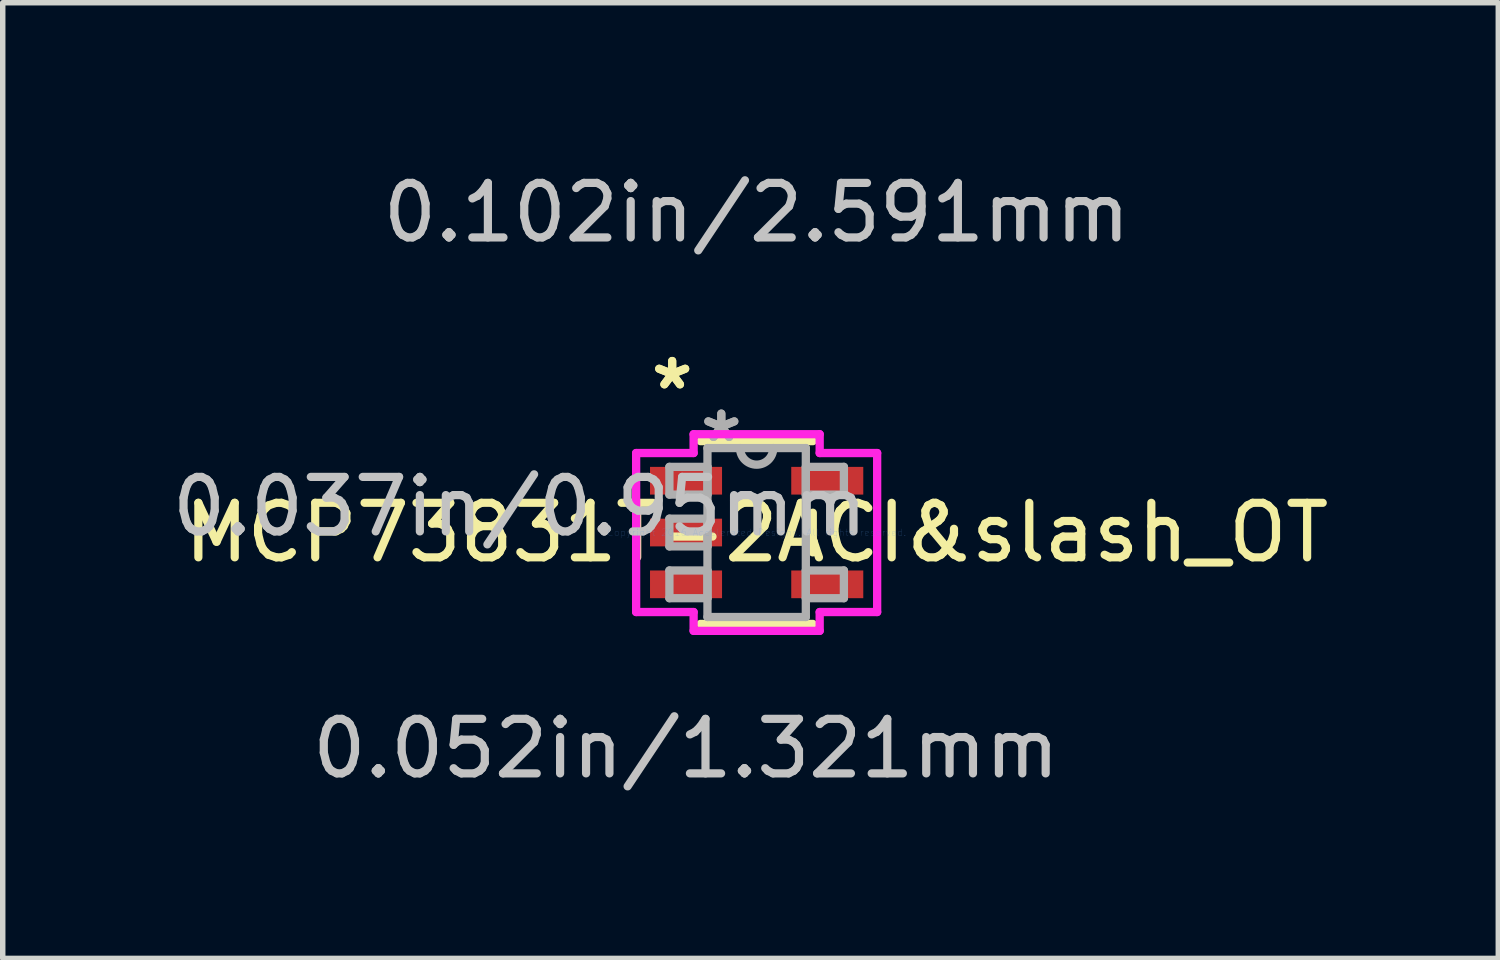
<source format=kicad_pcb>
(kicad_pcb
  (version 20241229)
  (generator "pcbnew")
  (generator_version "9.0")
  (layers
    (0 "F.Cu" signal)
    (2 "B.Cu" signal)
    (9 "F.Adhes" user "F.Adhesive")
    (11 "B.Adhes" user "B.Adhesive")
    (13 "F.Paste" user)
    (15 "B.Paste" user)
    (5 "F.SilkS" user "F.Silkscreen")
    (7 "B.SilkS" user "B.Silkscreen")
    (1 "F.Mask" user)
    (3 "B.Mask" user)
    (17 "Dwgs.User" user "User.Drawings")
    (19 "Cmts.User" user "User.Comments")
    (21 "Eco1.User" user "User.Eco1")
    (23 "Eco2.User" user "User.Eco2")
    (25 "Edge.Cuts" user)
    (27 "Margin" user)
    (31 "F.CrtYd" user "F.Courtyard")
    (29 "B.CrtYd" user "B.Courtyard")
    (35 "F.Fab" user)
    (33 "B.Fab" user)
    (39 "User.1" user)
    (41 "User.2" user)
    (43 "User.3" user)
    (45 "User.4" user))
  (footprint "MCP73831T-2ACI&slash_OT"
    (layer "F.Cu")
    (at 10.826 6.716)
    (property "Reference" "MCP73831T-2ACI&slash_OT" (at 0 0 0) (layer "F.SilkS") (effects (font (size 1 1) (thickness 0.15))))
    (attr through_hole)
    (fp_line (start -1.029 1.676) (end 1.029 1.676) (stroke (width 0.152) (type solid)) (layer "F.SilkS"))
    (fp_line (start 1.029 -1.676) (end -1.029 -1.676) (stroke (width 0.152) (type solid)) (layer "F.SilkS"))
    (fp_line (start 1.029 0.363) (end 1.029 -0.363) (stroke (width 0.152) (type solid)) (layer "F.SilkS"))
    (fp_line (start -2.21 -1.458) (end -1.156 -1.458) (stroke (width 0.152) (type solid)) (layer "F.CrtYd"))
    (fp_line (start -2.21 1.458) (end -2.21 -1.458) (stroke (width 0.152) (type solid)) (layer "F.CrtYd"))
    (fp_line (start -1.156 -1.803) (end 1.156 -1.803) (stroke (width 0.152) (type solid)) (layer "F.CrtYd"))
    (fp_line (start -1.156 -1.458) (end -1.156 -1.803) (stroke (width 0.152) (type solid)) (layer "F.CrtYd"))
    (fp_line (start -1.156 1.458) (end -2.21 1.458) (stroke (width 0.152) (type solid)) (layer "F.CrtYd"))
    (fp_line (start -1.156 1.803) (end -1.156 1.458) (stroke (width 0.152) (type solid)) (layer "F.CrtYd"))
    (fp_line (start 1.156 -1.803) (end 1.156 -1.458) (stroke (width 0.152) (type solid)) (layer "F.CrtYd"))
    (fp_line (start 1.156 -1.458) (end 2.21 -1.458) (stroke (width 0.152) (type solid)) (layer "F.CrtYd"))
    (fp_line (start 1.156 1.458) (end 1.156 1.803) (stroke (width 0.152) (type solid)) (layer "F.CrtYd"))
    (fp_line (start 1.156 1.803) (end -1.156 1.803) (stroke (width 0.152) (type solid)) (layer "F.CrtYd"))
    (fp_line (start 2.21 -1.458) (end 2.21 1.458) (stroke (width 0.152) (type solid)) (layer "F.CrtYd"))
    (fp_line (start 2.21 1.458) (end 1.156 1.458) (stroke (width 0.152) (type solid)) (layer "F.CrtYd"))
    (fp_line (start -1.6 -1.204) (end -1.6 -0.696) (stroke (width 0.152) (type solid)) (layer "F.Fab"))
    (fp_line (start -1.6 -0.696) (end -0.902 -0.696) (stroke (width 0.152) (type solid)) (layer "F.Fab"))
    (fp_line (start -1.6 -0.254) (end -1.6 0.254) (stroke (width 0.152) (type solid)) (layer "F.Fab"))
    (fp_line (start -1.6 0.254) (end -0.902 0.254) (stroke (width 0.152) (type solid)) (layer "F.Fab"))
    (fp_line (start -1.6 0.696) (end -1.6 1.204) (stroke (width 0.152) (type solid)) (layer "F.Fab"))
    (fp_line (start -1.6 1.204) (end -0.902 1.204) (stroke (width 0.152) (type solid)) (layer "F.Fab"))
    (fp_line (start -0.902 -1.549) (end -0.902 1.549) (stroke (width 0.152) (type solid)) (layer "F.Fab"))
    (fp_line (start -0.902 -1.204) (end -1.6 -1.204) (stroke (width 0.152) (type solid)) (layer "F.Fab"))
    (fp_line (start -0.902 -0.696) (end -0.902 -1.204) (stroke (width 0.152) (type solid)) (layer "F.Fab"))
    (fp_line (start -0.902 -0.254) (end -1.6 -0.254) (stroke (width 0.152) (type solid)) (layer "F.Fab"))
    (fp_line (start -0.902 0.254) (end -0.902 -0.254) (stroke (width 0.152) (type solid)) (layer "F.Fab"))
    (fp_line (start -0.902 0.696) (end -1.6 0.696) (stroke (width 0.152) (type solid)) (layer "F.Fab"))
    (fp_line (start -0.902 1.204) (end -0.902 0.696) (stroke (width 0.152) (type solid)) (layer "F.Fab"))
    (fp_line (start -0.902 1.549) (end 0.902 1.549) (stroke (width 0.152) (type solid)) (layer "F.Fab"))
    (fp_line (start 0.902 -1.549) (end -0.902 -1.549) (stroke (width 0.152) (type solid)) (layer "F.Fab"))
    (fp_line (start 0.902 -1.204) (end 0.902 -0.696) (stroke (width 0.152) (type solid)) (layer "F.Fab"))
    (fp_line (start 0.902 -0.696) (end 1.6 -0.696) (stroke (width 0.152) (type solid)) (layer "F.Fab"))
    (fp_line (start 0.902 0.696) (end 0.902 1.204) (stroke (width 0.152) (type solid)) (layer "F.Fab"))
    (fp_line (start 0.902 1.204) (end 1.6 1.204) (stroke (width 0.152) (type solid)) (layer "F.Fab"))
    (fp_line (start 0.902 1.549) (end 0.902 -1.549) (stroke (width 0.152) (type solid)) (layer "F.Fab"))
    (fp_line (start 1.6 -1.204) (end 0.902 -1.204) (stroke (width 0.152) (type solid)) (layer "F.Fab"))
    (fp_line (start 1.6 -0.696) (end 1.6 -1.204) (stroke (width 0.152) (type solid)) (layer "F.Fab"))
    (fp_line (start 1.6 0.696) (end 0.902 0.696) (stroke (width 0.152) (type solid)) (layer "F.Fab"))
    (fp_line (start 1.6 1.204) (end 1.6 0.696) (stroke (width 0.152) (type solid)) (layer "F.Fab"))
    (fp_arc (start 0.3048 -1.5494) (mid 0 -1.2446) (end -0.3048 -1.5494) (stroke (width 0.1524) (type solid)) (layer "F.Fab"))
    (fp_text user "*" (at -1.549 -2.601 0) (layer "F.SilkS") (effects (font (size 1 1) (thickness 0.15))))
    (fp_text user "*" (at -1.549 -2.601 0) (layer "F.SilkS") (effects (font (size 1 1) (thickness 0.15))))
    (fp_text user "0.102in/2.591mm" (at 0 -5.867 0) (layer "Dwgs.User") (effects (font (size 1 1) (thickness 0.15))))
    (fp_text user "0.052in/1.321mm" (at -1.295 3.962 0) (layer "Dwgs.User") (effects (font (size 1 1) (thickness 0.15))))
    (fp_text user "0.037in/0.95mm" (at -4.343 -0.475 0) (layer "Dwgs.User") (effects (font (size 1 1) (thickness 0.15))))
    (fp_text user "Copyright 2016 Accelerated Designs. All rights reserved." (at 0 0 0) (layer "Cmts.User") (effects (font (size 0.127 0.127) (thickness 0.002))))
    (fp_text user "*" (at -0.648 -1.636 0) (layer "F.Fab") (effects (font (size 1 1) (thickness 0.15))))
    (fp_text user "*" (at -0.648 -1.636 0) (layer "F.Fab") (effects (font (size 1 1) (thickness 0.15))))
    (pad "1" smd rect (at -1.295 -0.95) (size 1.321 0.508) (layers "F.Cu" "F.Mask" "F.Paste"))
    (pad "2" smd rect (at -1.295 0) (size 1.321 0.508) (layers "F.Cu" "F.Mask" "F.Paste"))
    (pad "3" smd rect (at -1.295 0.95) (size 1.321 0.508) (layers "F.Cu" "F.Mask" "F.Paste"))
    (pad "4" smd rect (at 1.295 0.95) (size 1.321 0.508) (layers "F.Cu" "F.Mask" "F.Paste"))
    (pad "5" smd rect (at 1.295 -0.95) (size 1.321 0.508) (layers "F.Cu" "F.Mask" "F.Paste")))
  (gr_rect
    (start -3 -3)
    (end 24.427 14.526)
    (stroke (width 0.1) (type default))
    (fill no)
    (layer "Edge.Cuts")))
</source>
